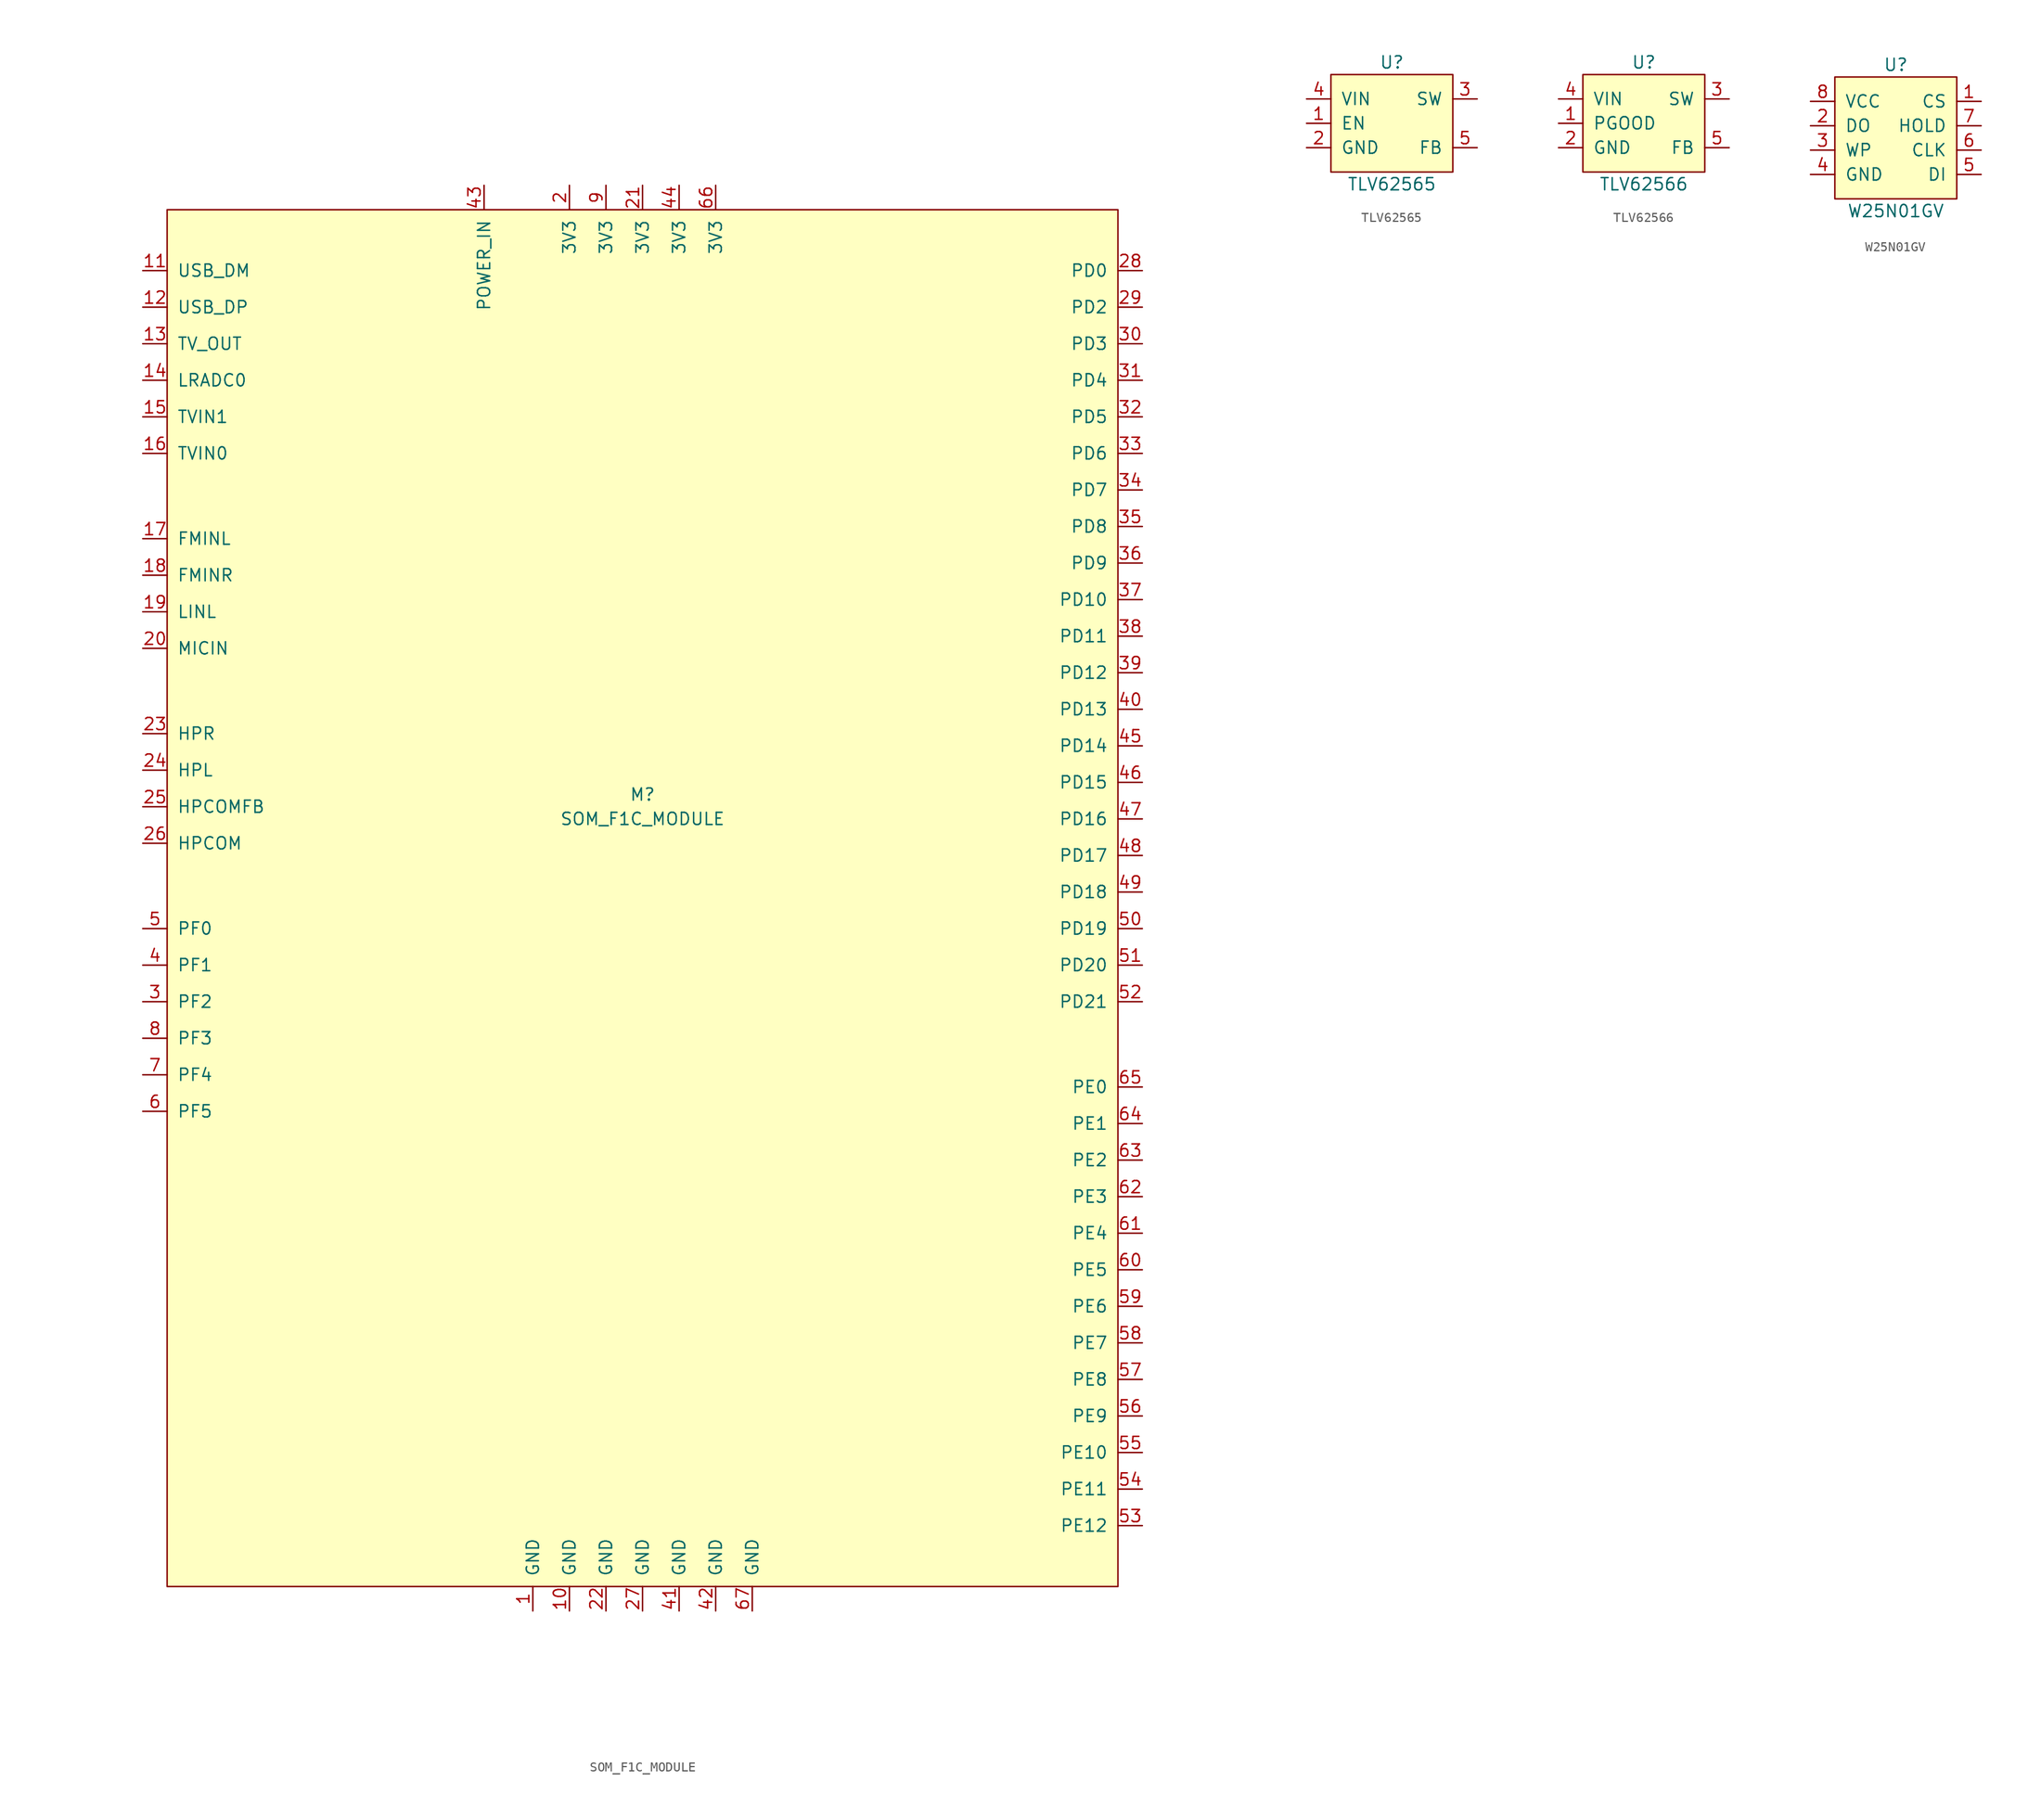
<source format=kicad_sym>
(kicad_symbol_lib
  (version 20211014)
  (generator kicad_symbol_editor)
  (symbol "SOM_F1C_MODULE"
    (pin_names
      (offset 1.016))
    (property "Reference" "M"
      (at 0 2.54 0)
      (effects (font (size 1.27 1.27))))
    (property "Value" "SOM_F1C_MODULE"
      (at 0 0 0)
      (effects (font (size 1.27 1.27))))
    (symbol "SOM_F1C_MODULE_1_1"
      (rectangle (start -49.53 63.5) (end 49.53 -80.01) (stroke (width 0) (type default) (color 0 0 0 0)) (fill (type background)))
      (pin power_out line (at -11.43 -82.55 90) (length 2.54) (name "GND" (effects (font (size 1.27 1.27)))) (number "1" (effects (font (size 1.27 1.27)))))
      (pin power_out line (at -7.62 -82.55 90) (length 2.54) (name "GND" (effects (font (size 1.27 1.27)))) (number "10" (effects (font (size 1.27 1.27)))))
      (pin bidirectional line (at -52.07 57.15 0) (length 2.54) (name "USB_DM" (effects (font (size 1.27 1.27)))) (number "11" (effects (font (size 1.27 1.27)))))
      (pin bidirectional line (at -52.07 53.34 0) (length 2.54) (name "USB_DP" (effects (font (size 1.27 1.27)))) (number "12" (effects (font (size 1.27 1.27)))))
      (pin bidirectional line (at -52.07 49.53 0) (length 2.54) (name "TV_OUT" (effects (font (size 1.27 1.27)))) (number "13" (effects (font (size 1.27 1.27)))))
      (pin bidirectional line (at -52.07 45.72 0) (length 2.54) (name "LRADC0" (effects (font (size 1.27 1.27)))) (number "14" (effects (font (size 1.27 1.27)))))
      (pin bidirectional line (at -52.07 41.91 0) (length 2.54) (name "TVIN1" (effects (font (size 1.27 1.27)))) (number "15" (effects (font (size 1.27 1.27)))))
      (pin bidirectional line (at -52.07 38.1 0) (length 2.54) (name "TVIN0" (effects (font (size 1.27 1.27)))) (number "16" (effects (font (size 1.27 1.27)))))
      (pin bidirectional line (at -52.07 29.21 0) (length 2.54) (name "FMINL" (effects (font (size 1.27 1.27)))) (number "17" (effects (font (size 1.27 1.27)))))
      (pin bidirectional line (at -52.07 25.4 0) (length 2.54) (name "FMINR" (effects (font (size 1.27 1.27)))) (number "18" (effects (font (size 1.27 1.27)))))
      (pin bidirectional line (at -52.07 21.59 0) (length 2.54) (name "LINL" (effects (font (size 1.27 1.27)))) (number "19" (effects (font (size 1.27 1.27)))))
      (pin power_out line (at -7.62 66.04 270) (length 2.54) (name "3V3" (effects (font (size 1.27 1.27)))) (number "2" (effects (font (size 1.27 1.27)))))
      (pin bidirectional line (at -52.07 17.78 0) (length 2.54) (name "MICIN" (effects (font (size 1.27 1.27)))) (number "20" (effects (font (size 1.27 1.27)))))
      (pin power_out line (at 0 66.04 270) (length 2.54) (name "3V3" (effects (font (size 1.27 1.27)))) (number "21" (effects (font (size 1.27 1.27)))))
      (pin power_out line (at -3.81 -82.55 90) (length 2.54) (name "GND" (effects (font (size 1.27 1.27)))) (number "22" (effects (font (size 1.27 1.27)))))
      (pin bidirectional line (at -52.07 8.89 0) (length 2.54) (name "HPR" (effects (font (size 1.27 1.27)))) (number "23" (effects (font (size 1.27 1.27)))))
      (pin bidirectional line (at -52.07 5.08 0) (length 2.54) (name "HPL" (effects (font (size 1.27 1.27)))) (number "24" (effects (font (size 1.27 1.27)))))
      (pin bidirectional line (at -52.07 1.27 0) (length 2.54) (name "HPCOMFB" (effects (font (size 1.27 1.27)))) (number "25" (effects (font (size 1.27 1.27)))))
      (pin bidirectional line (at -52.07 -2.54 0) (length 2.54) (name "HPCOM" (effects (font (size 1.27 1.27)))) (number "26" (effects (font (size 1.27 1.27)))))
      (pin power_out line (at 0 -82.55 90) (length 2.54) (name "GND" (effects (font (size 1.27 1.27)))) (number "27" (effects (font (size 1.27 1.27)))))
      (pin bidirectional line (at 52.07 57.15 180) (length 2.54) (name "PD0" (effects (font (size 1.27 1.27)))) (number "28" (effects (font (size 1.27 1.27)))))
      (pin bidirectional line (at 52.07 53.34 180) (length 2.54) (name "PD2" (effects (font (size 1.27 1.27)))) (number "29" (effects (font (size 1.27 1.27)))))
      (pin bidirectional line (at -52.07 -19.05 0) (length 2.54) (name "PF2" (effects (font (size 1.27 1.27)))) (number "3" (effects (font (size 1.27 1.27)))))
      (pin bidirectional line (at 52.07 49.53 180) (length 2.54) (name "PD3" (effects (font (size 1.27 1.27)))) (number "30" (effects (font (size 1.27 1.27)))))
      (pin power_out line (at 52.07 45.72 180) (length 2.54) (name "PD4" (effects (font (size 1.27 1.27)))) (number "31" (effects (font (size 1.27 1.27)))))
      (pin bidirectional line (at 52.07 41.91 180) (length 2.54) (name "PD5" (effects (font (size 1.27 1.27)))) (number "32" (effects (font (size 1.27 1.27)))))
      (pin bidirectional line (at 52.07 38.1 180) (length 2.54) (name "PD6" (effects (font (size 1.27 1.27)))) (number "33" (effects (font (size 1.27 1.27)))))
      (pin bidirectional line (at 52.07 34.29 180) (length 2.54) (name "PD7" (effects (font (size 1.27 1.27)))) (number "34" (effects (font (size 1.27 1.27)))))
      (pin bidirectional line (at 52.07 30.48 180) (length 2.54) (name "PD8" (effects (font (size 1.27 1.27)))) (number "35" (effects (font (size 1.27 1.27)))))
      (pin bidirectional line (at 52.07 26.67 180) (length 2.54) (name "PD9" (effects (font (size 1.27 1.27)))) (number "36" (effects (font (size 1.27 1.27)))))
      (pin bidirectional line (at 52.07 22.86 180) (length 2.54) (name "PD10" (effects (font (size 1.27 1.27)))) (number "37" (effects (font (size 1.27 1.27)))))
      (pin bidirectional line (at 52.07 19.05 180) (length 2.54) (name "PD11" (effects (font (size 1.27 1.27)))) (number "38" (effects (font (size 1.27 1.27)))))
      (pin bidirectional line (at 52.07 15.24 180) (length 2.54) (name "PD12" (effects (font (size 1.27 1.27)))) (number "39" (effects (font (size 1.27 1.27)))))
      (pin bidirectional line (at -52.07 -15.24 0) (length 2.54) (name "PF1" (effects (font (size 1.27 1.27)))) (number "4" (effects (font (size 1.27 1.27)))))
      (pin bidirectional line (at 52.07 11.43 180) (length 2.54) (name "PD13" (effects (font (size 1.27 1.27)))) (number "40" (effects (font (size 1.27 1.27)))))
      (pin power_out line (at 3.81 -82.55 90) (length 2.54) (name "GND" (effects (font (size 1.27 1.27)))) (number "41" (effects (font (size 1.27 1.27)))))
      (pin power_out line (at 7.62 -82.55 90) (length 2.54) (name "GND" (effects (font (size 1.27 1.27)))) (number "42" (effects (font (size 1.27 1.27)))))
      (pin power_out line (at -16.51 66.04 270) (length 2.54) (name "POWER_IN" (effects (font (size 1.27 1.27)))) (number "43" (effects (font (size 1.27 1.27)))))
      (pin power_out line (at 3.81 66.04 270) (length 2.54) (name "3V3" (effects (font (size 1.27 1.27)))) (number "44" (effects (font (size 1.27 1.27)))))
      (pin bidirectional line (at 52.07 7.62 180) (length 2.54) (name "PD14" (effects (font (size 1.27 1.27)))) (number "45" (effects (font (size 1.27 1.27)))))
      (pin bidirectional line (at 52.07 3.81 180) (length 2.54) (name "PD15" (effects (font (size 1.27 1.27)))) (number "46" (effects (font (size 1.27 1.27)))))
      (pin bidirectional line (at 52.07 0 180) (length 2.54) (name "PD16" (effects (font (size 1.27 1.27)))) (number "47" (effects (font (size 1.27 1.27)))))
      (pin bidirectional line (at 52.07 -3.81 180) (length 2.54) (name "PD17" (effects (font (size 1.27 1.27)))) (number "48" (effects (font (size 1.27 1.27)))))
      (pin bidirectional line (at 52.07 -7.62 180) (length 2.54) (name "PD18" (effects (font (size 1.27 1.27)))) (number "49" (effects (font (size 1.27 1.27)))))
      (pin bidirectional line (at -52.07 -11.43 0) (length 2.54) (name "PF0" (effects (font (size 1.27 1.27)))) (number "5" (effects (font (size 1.27 1.27)))))
      (pin bidirectional line (at 52.07 -11.43 180) (length 2.54) (name "PD19" (effects (font (size 1.27 1.27)))) (number "50" (effects (font (size 1.27 1.27)))))
      (pin bidirectional line (at 52.07 -15.24 180) (length 2.54) (name "PD20" (effects (font (size 1.27 1.27)))) (number "51" (effects (font (size 1.27 1.27)))))
      (pin bidirectional line (at 52.07 -19.05 180) (length 2.54) (name "PD21" (effects (font (size 1.27 1.27)))) (number "52" (effects (font (size 1.27 1.27)))))
      (pin bidirectional line (at 52.07 -73.66 180) (length 2.54) (name "PE12" (effects (font (size 1.27 1.27)))) (number "53" (effects (font (size 1.27 1.27)))))
      (pin bidirectional line (at 52.07 -69.85 180) (length 2.54) (name "PE11" (effects (font (size 1.27 1.27)))) (number "54" (effects (font (size 1.27 1.27)))))
      (pin bidirectional line (at 52.07 -66.04 180) (length 2.54) (name "PE10" (effects (font (size 1.27 1.27)))) (number "55" (effects (font (size 1.27 1.27)))))
      (pin bidirectional line (at 52.07 -62.23 180) (length 2.54) (name "PE9" (effects (font (size 1.27 1.27)))) (number "56" (effects (font (size 1.27 1.27)))))
      (pin bidirectional line (at 52.07 -58.42 180) (length 2.54) (name "PE8" (effects (font (size 1.27 1.27)))) (number "57" (effects (font (size 1.27 1.27)))))
      (pin bidirectional line (at 52.07 -54.61 180) (length 2.54) (name "PE7" (effects (font (size 1.27 1.27)))) (number "58" (effects (font (size 1.27 1.27)))))
      (pin bidirectional line (at 52.07 -50.8 180) (length 2.54) (name "PE6" (effects (font (size 1.27 1.27)))) (number "59" (effects (font (size 1.27 1.27)))))
      (pin bidirectional line (at -52.07 -30.48 0) (length 2.54) (name "PF5" (effects (font (size 1.27 1.27)))) (number "6" (effects (font (size 1.27 1.27)))))
      (pin bidirectional line (at 52.07 -46.99 180) (length 2.54) (name "PE5" (effects (font (size 1.27 1.27)))) (number "60" (effects (font (size 1.27 1.27)))))
      (pin bidirectional line (at 52.07 -43.18 180) (length 2.54) (name "PE4" (effects (font (size 1.27 1.27)))) (number "61" (effects (font (size 1.27 1.27)))))
      (pin bidirectional line (at 52.07 -39.37 180) (length 2.54) (name "PE3" (effects (font (size 1.27 1.27)))) (number "62" (effects (font (size 1.27 1.27)))))
      (pin bidirectional line (at 52.07 -35.56 180) (length 2.54) (name "PE2" (effects (font (size 1.27 1.27)))) (number "63" (effects (font (size 1.27 1.27)))))
      (pin bidirectional line (at 52.07 -31.75 180) (length 2.54) (name "PE1" (effects (font (size 1.27 1.27)))) (number "64" (effects (font (size 1.27 1.27)))))
      (pin bidirectional line (at 52.07 -27.94 180) (length 2.54) (name "PE0" (effects (font (size 1.27 1.27)))) (number "65" (effects (font (size 1.27 1.27)))))
      (pin power_out line (at 7.62 66.04 270) (length 2.54) (name "3V3" (effects (font (size 1.27 1.27)))) (number "66" (effects (font (size 1.27 1.27)))))
      (pin power_out line (at 11.43 -82.55 90) (length 2.54) (name "GND" (effects (font (size 1.27 1.27)))) (number "67" (effects (font (size 1.27 1.27)))))
      (pin bidirectional line (at -52.07 -26.67 0) (length 2.54) (name "PF4" (effects (font (size 1.27 1.27)))) (number "7" (effects (font (size 1.27 1.27)))))
      (pin bidirectional line (at -52.07 -22.86 0) (length 2.54) (name "PF3" (effects (font (size 1.27 1.27)))) (number "8" (effects (font (size 1.27 1.27)))))
      (pin power_out line (at -3.81 66.04 270) (length 2.54) (name "3V3" (effects (font (size 1.27 1.27)))) (number "9" (effects (font (size 1.27 1.27)))))))
  (symbol "TLV62565"
    (pin_names
      (offset 1.016))
    (property "Reference" "U"
      (at 0 6.35 0)
      (effects (font (size 1.27 1.27))))
    (property "Value" "TLV62565"
      (at 0 -6.35 0)
      (effects (font (size 1.27 1.27))))
    (symbol "TLV62565_0_1"
      (rectangle (start -6.35 5.08) (end 6.35 -5.08) (stroke (width 0) (type default) (color 0 0 0 0)) (fill (type background))))
    (symbol "TLV62565_1_1"
      (pin input line (at -8.89 0 0) (length 2.54) (name "EN" (effects (font (size 1.27 1.27)))) (number "1" (effects (font (size 1.27 1.27)))))
      (pin power_in line (at -8.89 -2.54 0) (length 2.54) (name "GND" (effects (font (size 1.27 1.27)))) (number "2" (effects (font (size 1.27 1.27)))))
      (pin power_out line (at 8.89 2.54 180) (length 2.54) (name "SW" (effects (font (size 1.27 1.27)))) (number "3" (effects (font (size 1.27 1.27)))))
      (pin power_in line (at -8.89 2.54 0) (length 2.54) (name "VIN" (effects (font (size 1.27 1.27)))) (number "4" (effects (font (size 1.27 1.27)))))
      (pin input line (at 8.89 -2.54 180) (length 2.54) (name "FB" (effects (font (size 1.27 1.27)))) (number "5" (effects (font (size 1.27 1.27)))))))
  (symbol "TLV62566"
    (pin_names
      (offset 1.016))
    (property "Reference" "U"
      (at 0 6.35 0)
      (effects (font (size 1.27 1.27))))
    (property "Value" "TLV62566"
      (at 0 -6.35 0)
      (effects (font (size 1.27 1.27))))
    (symbol "TLV62566_1_1"
      (rectangle (start -6.35 5.08) (end 6.35 -5.08) (stroke (width 0) (type default) (color 0 0 0 0)) (fill (type background)))
      (pin output line (at -8.89 0 0) (length 2.54) (name "PGOOD" (effects (font (size 1.27 1.27)))) (number "1" (effects (font (size 1.27 1.27)))))
      (pin power_in line (at -8.89 -2.54 0) (length 2.54) (name "GND" (effects (font (size 1.27 1.27)))) (number "2" (effects (font (size 1.27 1.27)))))
      (pin power_out line (at 8.89 2.54 180) (length 2.54) (name "SW" (effects (font (size 1.27 1.27)))) (number "3" (effects (font (size 1.27 1.27)))))
      (pin power_in line (at -8.89 2.54 0) (length 2.54) (name "VIN" (effects (font (size 1.27 1.27)))) (number "4" (effects (font (size 1.27 1.27)))))
      (pin input line (at 8.89 -2.54 180) (length 2.54) (name "FB" (effects (font (size 1.27 1.27)))) (number "5" (effects (font (size 1.27 1.27)))))))
  (symbol "W25N01GV"
    (pin_names
      (offset 1.016))
    (property "Reference" "U"
      (at 0 7.62 0)
      (effects (font (size 1.27 1.27))))
    (property "Value" "W25N01GV"
      (at 0 -7.62 0)
      (effects (font (size 1.27 1.27))))
    (symbol "W25N01GV_0_1"
      (rectangle (start -6.35 6.35) (end 6.35 -6.35) (stroke (width 0) (type default) (color 0 0 0 0)) (fill (type background))))
    (symbol "W25N01GV_1_1"
      (pin input line (at 8.89 3.81 180) (length 2.54) (name "CS" (effects (font (size 1.27 1.27)))) (number "1" (effects (font (size 1.27 1.27)))))
      (pin bidirectional line (at -8.89 1.27 0) (length 2.54) (name "DO" (effects (font (size 1.27 1.27)))) (number "2" (effects (font (size 1.27 1.27)))))
      (pin input line (at -8.89 -1.27 0) (length 2.54) (name "WP" (effects (font (size 1.27 1.27)))) (number "3" (effects (font (size 1.27 1.27)))))
      (pin power_in line (at -8.89 -3.81 0) (length 2.54) (name "GND" (effects (font (size 1.27 1.27)))) (number "4" (effects (font (size 1.27 1.27)))))
      (pin bidirectional line (at 8.89 -3.81 180) (length 2.54) (name "DI" (effects (font (size 1.27 1.27)))) (number "5" (effects (font (size 1.27 1.27)))))
      (pin input line (at 8.89 -1.27 180) (length 2.54) (name "CLK" (effects (font (size 1.27 1.27)))) (number "6" (effects (font (size 1.27 1.27)))))
      (pin input line (at 8.89 1.27 180) (length 2.54) (name "HOLD" (effects (font (size 1.27 1.27)))) (number "7" (effects (font (size 1.27 1.27)))))
      (pin power_in line (at -8.89 3.81 0) (length 2.54) (name "VCC" (effects (font (size 1.27 1.27)))) (number "8" (effects (font (size 1.27 1.27))))))))
</source>
